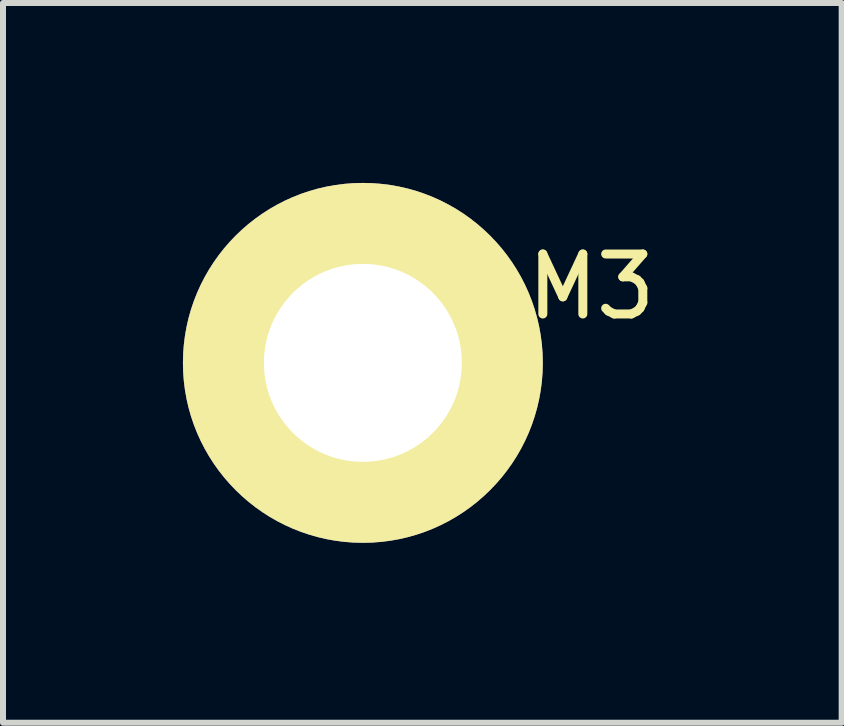
<source format=kicad_pcb>
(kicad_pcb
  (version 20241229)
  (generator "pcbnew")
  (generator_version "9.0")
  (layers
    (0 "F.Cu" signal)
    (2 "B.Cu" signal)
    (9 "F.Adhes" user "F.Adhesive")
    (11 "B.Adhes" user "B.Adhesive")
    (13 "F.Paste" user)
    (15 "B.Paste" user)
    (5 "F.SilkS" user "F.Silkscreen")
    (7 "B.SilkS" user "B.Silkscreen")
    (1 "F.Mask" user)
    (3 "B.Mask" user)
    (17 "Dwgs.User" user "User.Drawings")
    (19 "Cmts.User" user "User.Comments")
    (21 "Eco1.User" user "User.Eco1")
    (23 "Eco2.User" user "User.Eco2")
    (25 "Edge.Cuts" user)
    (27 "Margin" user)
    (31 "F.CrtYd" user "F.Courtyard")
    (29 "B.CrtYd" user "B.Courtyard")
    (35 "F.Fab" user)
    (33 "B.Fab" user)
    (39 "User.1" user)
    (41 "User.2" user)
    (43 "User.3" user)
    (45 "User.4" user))
  (footprint "M3"
    (layer "F.Cu")
    (at 3 3)
    (property "Reference" "M3" (at 3.81 -1.27 0) (layer "F.SilkS") (effects (font (size 1 1) (thickness 0.15))))
    (attr through_hole)
    (pad "" thru_hole circle (at 0 0) (size 6 6) (drill 3.3) (layers "*.Cu" "*.Mask" "F.SilkS")))
  (gr_rect
    (start -3 -3)
    (end 10.983 9)
    (stroke (width 0.1) (type default))
    (fill no)
    (layer "Edge.Cuts")))
</source>
